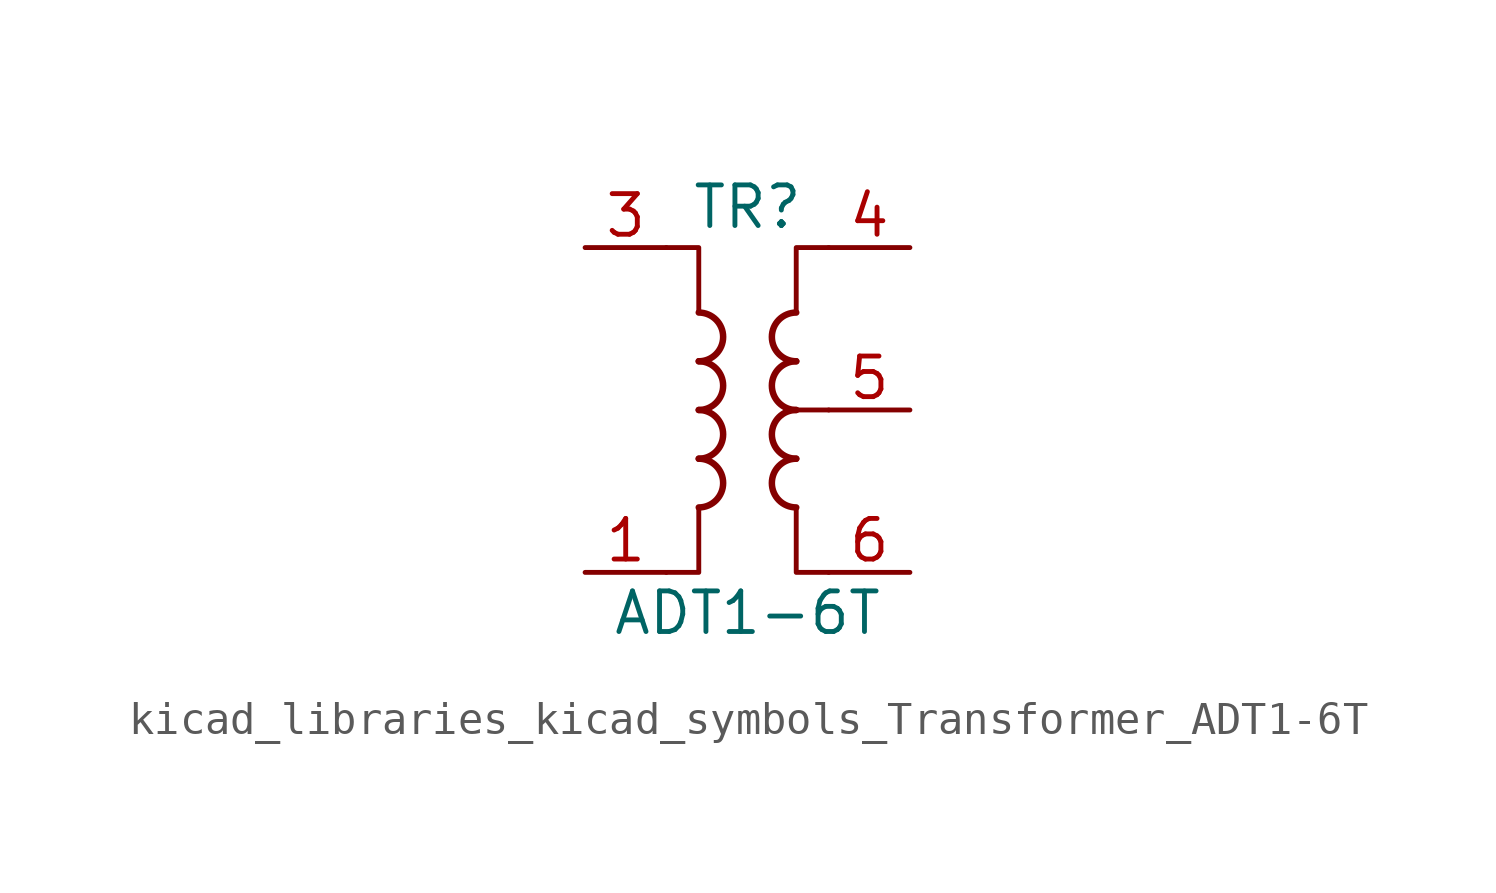
<source format=kicad_sym>
(kicad_symbol_lib
  (version 20220914)
  (generator kicad_symbol_editor)
  (symbol "kicad_libraries_kicad_symbols_Transformer_ADT1-6T"
    (pin_names hide)
    (property "Reference" "TR"
      (at 0 6.35 0)
      (effects (font (size 1.27 1.27))))
    (property "Value" "ADT1-6T"
      (at 0 -6.35 0)
      (effects (font (size 1.27 1.27))))
    (symbol "kicad_libraries_kicad_symbols_Transformer_ADT1-6T_0_1"
      (arc (start -1.524 -3.048) (mid -0.7653 -2.286) (end -1.524 -1.524) (stroke (width 0.2032) (type default)) (fill (type none)))
      (arc (start -1.524 -1.524) (mid -0.7653 -0.762) (end -1.524 0) (stroke (width 0.2032) (type default)) (fill (type none)))
      (arc (start -1.524 0) (mid -0.7653 0.762) (end -1.524 1.524) (stroke (width 0.2032) (type default)) (fill (type none)))
      (arc (start -1.524 1.524) (mid -0.7653 2.286) (end -1.524 3.048) (stroke (width 0.2032) (type default)) (fill (type none)))
      (polyline (pts (xy 2.54 0) (xy 1.27 0)) (stroke (width 0.152) (type default)) (fill (type none)))
      (polyline (pts (xy -2.54 5.08) (xy -1.524 5.08) (xy -1.524 3.048) (xy -1.524 3.048)) (stroke (width 0.152) (type default)) (fill (type none)))
      (polyline (pts (xy -1.524 -3.048) (xy -1.524 -5.08) (xy -2.54 -5.08) (xy -2.54 -5.08)) (stroke (width 0.152) (type default)) (fill (type none)))
      (polyline (pts (xy 1.524 3.048) (xy 1.524 5.08) (xy 2.54 5.08) (xy 2.54 5.08)) (stroke (width 0.152) (type default)) (fill (type none)))
      (polyline (pts (xy 2.54 -5.08) (xy 1.524 -5.08) (xy 1.524 -3.048) (xy 1.524 -3.048)) (stroke (width 0.152) (type default)) (fill (type none)))
      (arc (start 1.524 -1.524) (mid 0.7653 -2.286) (end 1.524 -3.048) (stroke (width 0.2032) (type default)) (fill (type none)))
      (arc (start 1.524 0) (mid 0.7653 -0.762) (end 1.524 -1.524) (stroke (width 0.2032) (type default)) (fill (type none)))
      (arc (start 1.524 1.524) (mid 0.7653 0.762) (end 1.524 0) (stroke (width 0.2032) (type default)) (fill (type none)))
      (arc (start 1.524 3.048) (mid 0.7653 2.286) (end 1.524 1.524) (stroke (width 0.2032) (type default)) (fill (type none))))
    (symbol "kicad_libraries_kicad_symbols_Transformer_ADT1-6T_1_1"
      (pin passive line (at -5.08 -5.08 0) (length 2.54) (name "~" (effects (font (size 1.27 1.27)))) (number "1" (effects (font (size 1.27 1.27)))))
      (pin passive line (at -5.08 5.08 0) (length 2.54) (name "~" (effects (font (size 1.27 1.27)))) (number "3" (effects (font (size 1.27 1.27)))))
      (pin passive line (at 5.08 5.08 180) (length 2.54) (name "~" (effects (font (size 1.27 1.27)))) (number "4" (effects (font (size 1.27 1.27)))))
      (pin passive line (at 5.08 0 180) (length 2.54) (name "~" (effects (font (size 1.27 1.27)))) (number "5" (effects (font (size 1.27 1.27)))))
      (pin passive line (at 5.08 -5.08 180) (length 2.54) (name "~" (effects (font (size 1.27 1.27)))) (number "6" (effects (font (size 1.27 1.27))))))))
</source>
